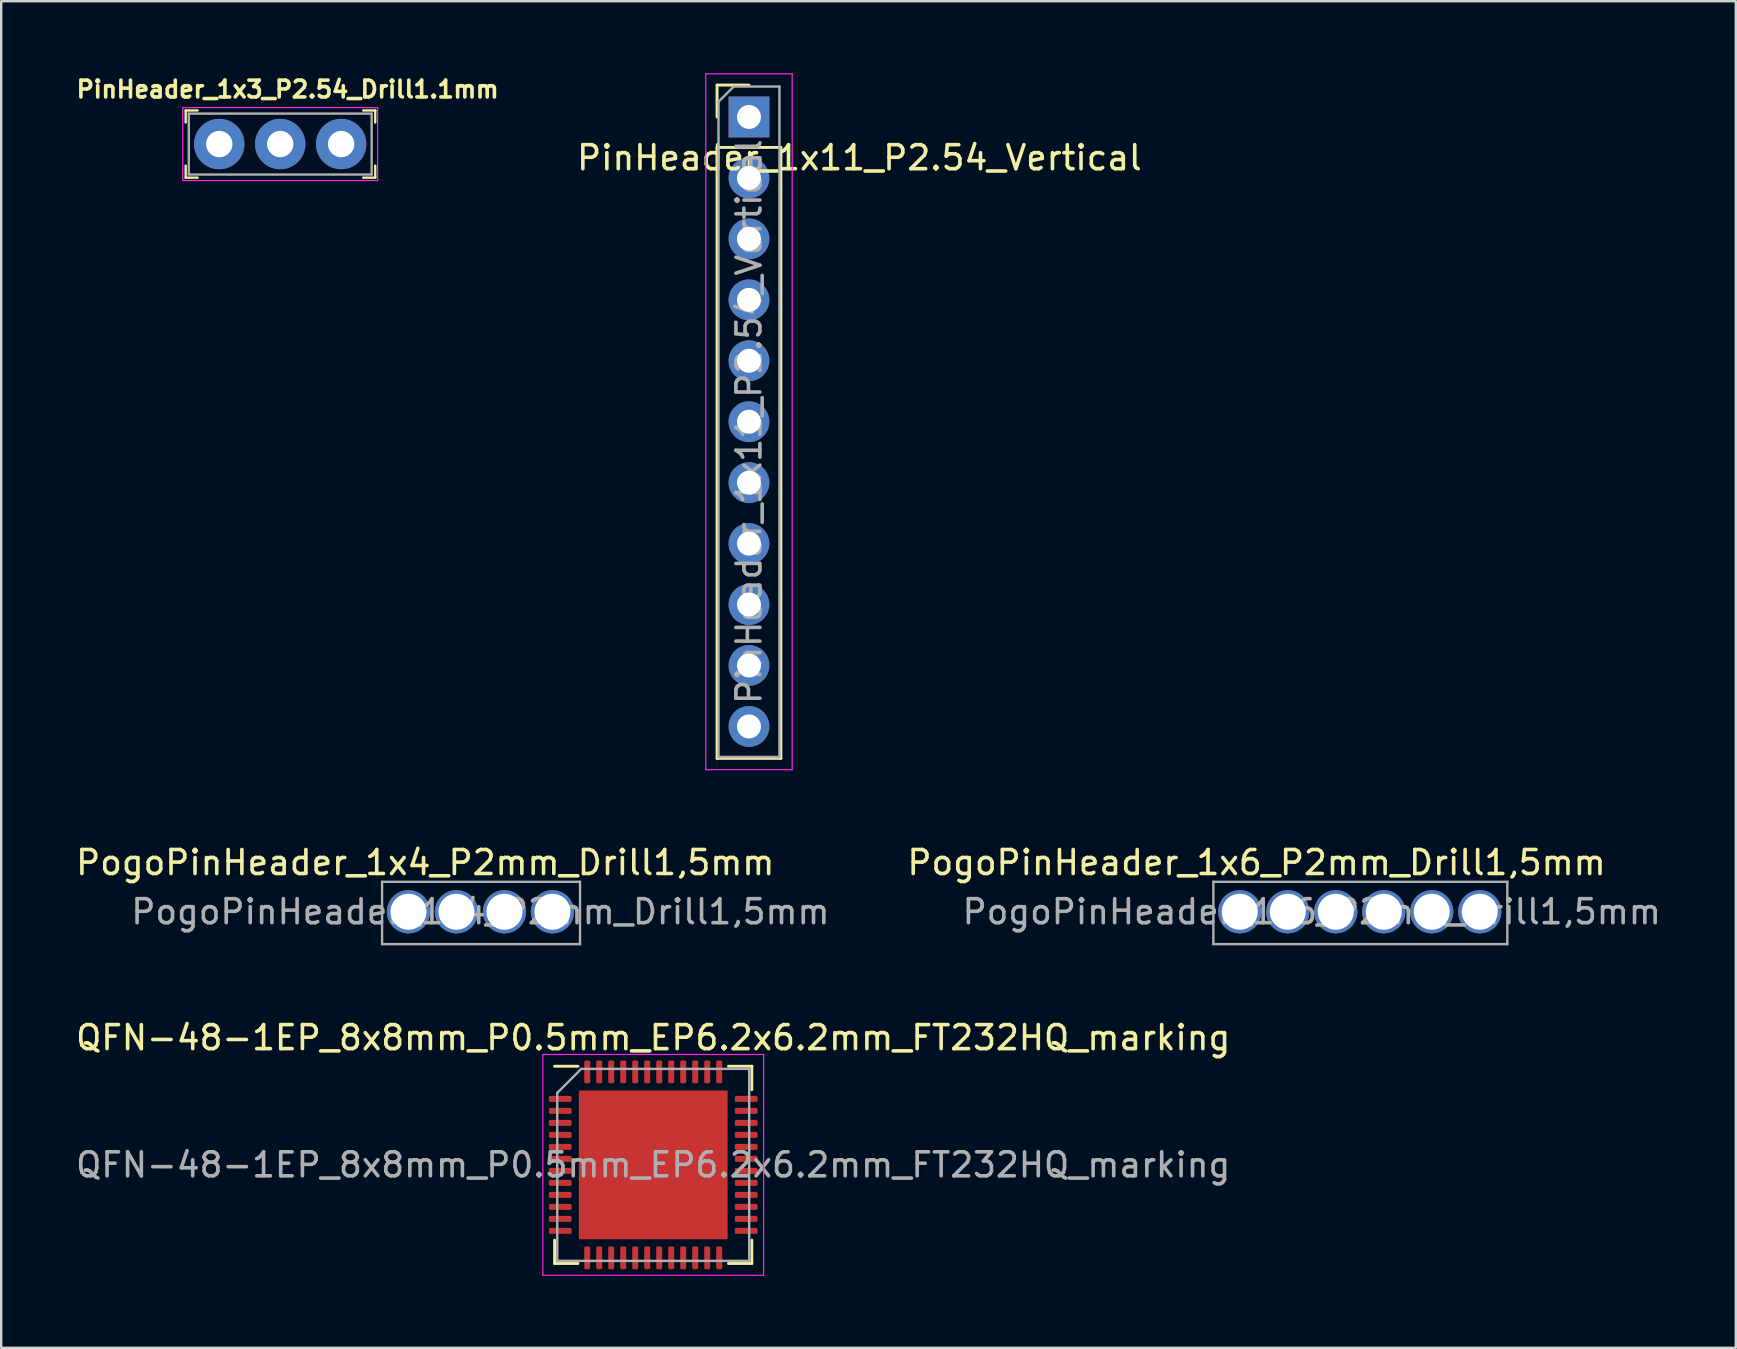
<source format=kicad_pcb>
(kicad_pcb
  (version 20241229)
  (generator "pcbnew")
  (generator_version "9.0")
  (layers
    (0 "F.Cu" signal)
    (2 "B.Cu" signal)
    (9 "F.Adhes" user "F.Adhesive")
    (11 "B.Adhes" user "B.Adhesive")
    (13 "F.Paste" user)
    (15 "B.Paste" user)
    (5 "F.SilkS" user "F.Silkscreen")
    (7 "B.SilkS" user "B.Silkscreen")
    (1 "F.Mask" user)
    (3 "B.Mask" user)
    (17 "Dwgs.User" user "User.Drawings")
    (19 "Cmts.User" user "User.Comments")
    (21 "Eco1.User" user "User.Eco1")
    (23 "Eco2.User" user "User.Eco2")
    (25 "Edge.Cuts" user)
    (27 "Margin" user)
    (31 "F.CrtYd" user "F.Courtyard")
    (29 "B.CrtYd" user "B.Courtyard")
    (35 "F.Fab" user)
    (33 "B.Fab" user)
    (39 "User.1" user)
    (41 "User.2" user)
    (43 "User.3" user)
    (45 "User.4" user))
  (footprint "QFN-48-1EP_8x8mm_P0.5mm_EP6.2x6.2mm_FT232HQ_marking"
    (layer "F.Cu")
    (at 24.173 45.496)
    (property "Reference" "QFN-48-1EP_8x8mm_P0.5mm_EP6.2x6.2mm_FT232HQ_marking" (at 0 -5.3 0) (layer "F.SilkS") (effects (font (size 1 1) (thickness 0.15))))
    (attr smd)
    (fp_line (start -4.11 4.11) (end -4.11 3.135) (stroke (width 0.12) (type solid)) (layer "F.SilkS"))
    (fp_line (start -3.135 -4.11) (end -4.11 -4.11) (stroke (width 0.12) (type solid)) (layer "F.SilkS"))
    (fp_line (start -3.135 4.11) (end -4.11 4.11) (stroke (width 0.12) (type solid)) (layer "F.SilkS"))
    (fp_line (start 3.135 -4.11) (end 4.11 -4.11) (stroke (width 0.12) (type solid)) (layer "F.SilkS"))
    (fp_line (start 3.135 4.11) (end 4.11 4.11) (stroke (width 0.12) (type solid)) (layer "F.SilkS"))
    (fp_line (start 4.11 -4.11) (end 4.11 -3.135) (stroke (width 0.12) (type solid)) (layer "F.SilkS"))
    (fp_line (start 4.11 4.11) (end 4.11 3.135) (stroke (width 0.12) (type solid)) (layer "F.SilkS"))
    (fp_line (start -4.6 -4.6) (end -4.6 4.6) (stroke (width 0.05) (type solid)) (layer "F.CrtYd"))
    (fp_line (start -4.6 4.6) (end 4.6 4.6) (stroke (width 0.05) (type solid)) (layer "F.CrtYd"))
    (fp_line (start 4.6 -4.6) (end -4.6 -4.6) (stroke (width 0.05) (type solid)) (layer "F.CrtYd"))
    (fp_line (start 4.6 4.6) (end 4.6 -4.6) (stroke (width 0.05) (type solid)) (layer "F.CrtYd"))
    (fp_line (start -4 -3) (end -3 -4) (stroke (width 0.1) (type solid)) (layer "F.Fab"))
    (fp_line (start -4 4) (end -4 -3) (stroke (width 0.1) (type solid)) (layer "F.Fab"))
    (fp_line (start -3 -4) (end 4 -4) (stroke (width 0.1) (type solid)) (layer "F.Fab"))
    (fp_line (start 4 -4) (end 4 4) (stroke (width 0.1) (type solid)) (layer "F.Fab"))
    (fp_line (start 4 4) (end -4 4) (stroke (width 0.1) (type solid)) (layer "F.Fab"))
    (fp_text user "${REFERENCE}" (at 0 0 0) (layer "F.Fab") (effects (font (size 1 1) (thickness 0.15))))
    (pad "" smd roundrect (at -2.48 -2.48) (size 1 1) (layers "F.Paste") (roundrect_rratio 0.25))
    (pad "" smd roundrect (at -2.48 -1.24) (size 1 1) (layers "F.Paste") (roundrect_rratio 0.25))
    (pad "" smd roundrect (at -2.48 0) (size 1 1) (layers "F.Paste") (roundrect_rratio 0.25))
    (pad "" smd roundrect (at -2.48 1.24) (size 1 1) (layers "F.Paste") (roundrect_rratio 0.25))
    (pad "" smd roundrect (at -2.48 2.48) (size 1 1) (layers "F.Paste") (roundrect_rratio 0.25))
    (pad "" smd roundrect (at -1.24 -2.48) (size 1 1) (layers "F.Paste") (roundrect_rratio 0.25))
    (pad "" smd roundrect (at -1.24 -1.24) (size 1 1) (layers "F.Paste") (roundrect_rratio 0.25))
    (pad "" smd roundrect (at -1.24 0) (size 1 1) (layers "F.Paste") (roundrect_rratio 0.25))
    (pad "" smd roundrect (at -1.24 1.24) (size 1 1) (layers "F.Paste") (roundrect_rratio 0.25))
    (pad "" smd roundrect (at -1.24 2.48) (size 1 1) (layers "F.Paste") (roundrect_rratio 0.25))
    (pad "" smd roundrect (at 0 -2.48) (size 1 1) (layers "F.Paste") (roundrect_rratio 0.25))
    (pad "" smd roundrect (at 0 -1.24) (size 1 1) (layers "F.Paste") (roundrect_rratio 0.25))
    (pad "" smd roundrect (at 0 0) (size 1 1) (layers "F.Paste") (roundrect_rratio 0.25))
    (pad "" smd roundrect (at 0 1.24) (size 1 1) (layers "F.Paste") (roundrect_rratio 0.25))
    (pad "" smd roundrect (at 0 2.48) (size 1 1) (layers "F.Paste") (roundrect_rratio 0.25))
    (pad "" smd roundrect (at 1.24 -2.48) (size 1 1) (layers "F.Paste") (roundrect_rratio 0.25))
    (pad "" smd roundrect (at 1.24 -1.24) (size 1 1) (layers "F.Paste") (roundrect_rratio 0.25))
    (pad "" smd roundrect (at 1.24 0) (size 1 1) (layers "F.Paste") (roundrect_rratio 0.25))
    (pad "" smd roundrect (at 1.24 1.24) (size 1 1) (layers "F.Paste") (roundrect_rratio 0.25))
    (pad "" smd roundrect (at 1.24 2.48) (size 1 1) (layers "F.Paste") (roundrect_rratio 0.25))
    (pad "" smd roundrect (at 2.48 -2.48) (size 1 1) (layers "F.Paste") (roundrect_rratio 0.25))
    (pad "" smd roundrect (at 2.48 -1.24) (size 1 1) (layers "F.Paste") (roundrect_rratio 0.25))
    (pad "" smd roundrect (at 2.48 0) (size 1 1) (layers "F.Paste") (roundrect_rratio 0.25))
    (pad "" smd roundrect (at 2.48 1.24) (size 1 1) (layers "F.Paste") (roundrect_rratio 0.25))
    (pad "" smd roundrect (at 2.48 2.48) (size 1 1) (layers "F.Paste") (roundrect_rratio 0.25))
    (pad "1" smd roundrect (at -3.875 -2.75) (size 0.95 0.25) (layers "F.Cu" "F.Mask" "F.Paste") (roundrect_rratio 0.25))
    (pad "2" smd roundrect (at -3.875 -2.25) (size 0.95 0.25) (layers "F.Cu" "F.Mask" "F.Paste") (roundrect_rratio 0.25))
    (pad "3" smd roundrect (at -3.875 -1.75) (size 0.95 0.25) (layers "F.Cu" "F.Mask" "F.Paste") (roundrect_rratio 0.25))
    (pad "4" smd roundrect (at -3.875 -1.25) (size 0.95 0.25) (layers "F.Cu" "F.Mask" "F.Paste") (roundrect_rratio 0.25))
    (pad "5" smd roundrect (at -3.875 -0.75) (size 0.95 0.25) (layers "F.Cu" "F.Mask" "F.Paste") (roundrect_rratio 0.25))
    (pad "6" smd roundrect (at -3.875 -0.25) (size 0.95 0.25) (layers "F.Cu" "F.Mask" "F.Paste") (roundrect_rratio 0.25))
    (pad "7" smd roundrect (at -3.875 0.25) (size 0.95 0.25) (layers "F.Cu" "F.Mask" "F.Paste") (roundrect_rratio 0.25))
    (pad "8" smd roundrect (at -3.875 0.75) (size 0.95 0.25) (layers "F.Cu" "F.Mask" "F.Paste") (roundrect_rratio 0.25))
    (pad "9" smd roundrect (at -3.875 1.25) (size 0.95 0.25) (layers "F.Cu" "F.Mask" "F.Paste") (roundrect_rratio 0.25))
    (pad "10" smd roundrect (at -3.875 1.75) (size 0.95 0.25) (layers "F.Cu" "F.Mask" "F.Paste") (roundrect_rratio 0.25))
    (pad "11" smd roundrect (at -3.875 2.25) (size 0.95 0.25) (layers "F.Cu" "F.Mask" "F.Paste") (roundrect_rratio 0.25))
    (pad "12" smd roundrect (at -3.875 2.75) (size 0.95 0.25) (layers "F.Cu" "F.Mask" "F.Paste") (roundrect_rratio 0.25))
    (pad "13" smd roundrect (at -2.75 3.875) (size 0.25 0.95) (layers "F.Cu" "F.Mask" "F.Paste") (roundrect_rratio 0.25))
    (pad "14" smd roundrect (at -2.25 3.875) (size 0.25 0.95) (layers "F.Cu" "F.Mask" "F.Paste") (roundrect_rratio 0.25))
    (pad "15" smd roundrect (at -1.75 3.875) (size 0.25 0.95) (layers "F.Cu" "F.Mask" "F.Paste") (roundrect_rratio 0.25))
    (pad "16" smd roundrect (at -1.25 3.875) (size 0.25 0.95) (layers "F.Cu" "F.Mask" "F.Paste") (roundrect_rratio 0.25))
    (pad "17" smd roundrect (at -0.75 3.875) (size 0.25 0.95) (layers "F.Cu" "F.Mask" "F.Paste") (roundrect_rratio 0.25))
    (pad "18" smd roundrect (at -0.25 3.875) (size 0.25 0.95) (layers "F.Cu" "F.Mask" "F.Paste") (roundrect_rratio 0.25))
    (pad "19" smd roundrect (at 0.25 3.875) (size 0.25 0.95) (layers "F.Cu" "F.Mask" "F.Paste") (roundrect_rratio 0.25))
    (pad "20" smd roundrect (at 0.75 3.875) (size 0.25 0.95) (layers "F.Cu" "F.Mask" "F.Paste") (roundrect_rratio 0.25))
    (pad "21" smd roundrect (at 1.25 3.875) (size 0.25 0.95) (layers "F.Cu" "F.Mask" "F.Paste") (roundrect_rratio 0.25))
    (pad "22" smd roundrect (at 1.75 3.875) (size 0.25 0.95) (layers "F.Cu" "F.Mask" "F.Paste") (roundrect_rratio 0.25))
    (pad "23" smd roundrect (at 2.25 3.875) (size 0.25 0.95) (layers "F.Cu" "F.Mask" "F.Paste") (roundrect_rratio 0.25))
    (pad "24" smd roundrect (at 2.75 3.875) (size 0.25 0.95) (layers "F.Cu" "F.Mask" "F.Paste") (roundrect_rratio 0.25))
    (pad "25" smd roundrect (at 3.875 2.75) (size 0.95 0.25) (layers "F.Cu" "F.Mask" "F.Paste") (roundrect_rratio 0.25))
    (pad "26" smd roundrect (at 3.875 2.25) (size 0.95 0.25) (layers "F.Cu" "F.Mask" "F.Paste") (roundrect_rratio 0.25))
    (pad "27" smd roundrect (at 3.875 1.75) (size 0.95 0.25) (layers "F.Cu" "F.Mask" "F.Paste") (roundrect_rratio 0.25))
    (pad "28" smd roundrect (at 3.875 1.25) (size 0.95 0.25) (layers "F.Cu" "F.Mask" "F.Paste") (roundrect_rratio 0.25))
    (pad "29" smd roundrect (at 3.875 0.75) (size 0.95 0.25) (layers "F.Cu" "F.Mask" "F.Paste") (roundrect_rratio 0.25))
    (pad "30" smd roundrect (at 3.875 0.25) (size 0.95 0.25) (layers "F.Cu" "F.Mask" "F.Paste") (roundrect_rratio 0.25))
    (pad "31" smd roundrect (at 3.875 -0.25) (size 0.95 0.25) (layers "F.Cu" "F.Mask" "F.Paste") (roundrect_rratio 0.25))
    (pad "32" smd roundrect (at 3.875 -0.75) (size 0.95 0.25) (layers "F.Cu" "F.Mask" "F.Paste") (roundrect_rratio 0.25))
    (pad "33" smd roundrect (at 3.875 -1.25) (size 0.95 0.25) (layers "F.Cu" "F.Mask" "F.Paste") (roundrect_rratio 0.25))
    (pad "34" smd roundrect (at 3.875 -1.75) (size 0.95 0.25) (layers "F.Cu" "F.Mask" "F.Paste") (roundrect_rratio 0.25))
    (pad "35" smd roundrect (at 3.875 -2.25) (size 0.95 0.25) (layers "F.Cu" "F.Mask" "F.Paste") (roundrect_rratio 0.25))
    (pad "36" smd roundrect (at 3.875 -2.75) (size 0.95 0.25) (layers "F.Cu" "F.Mask" "F.Paste") (roundrect_rratio 0.25))
    (pad "37" smd roundrect (at 2.75 -3.875) (size 0.25 0.95) (layers "F.Cu" "F.Mask" "F.Paste") (roundrect_rratio 0.25))
    (pad "38" smd roundrect (at 2.25 -3.875) (size 0.25 0.95) (layers "F.Cu" "F.Mask" "F.Paste") (roundrect_rratio 0.25))
    (pad "39" smd roundrect (at 1.75 -3.875) (size 0.25 0.95) (layers "F.Cu" "F.Mask" "F.Paste") (roundrect_rratio 0.25))
    (pad "40" smd roundrect (at 1.25 -3.875) (size 0.25 0.95) (layers "F.Cu" "F.Mask" "F.Paste") (roundrect_rratio 0.25))
    (pad "41" smd roundrect (at 0.75 -3.875) (size 0.25 0.95) (layers "F.Cu" "F.Mask" "F.Paste") (roundrect_rratio 0.25))
    (pad "42" smd roundrect (at 0.25 -3.875) (size 0.25 0.95) (layers "F.Cu" "F.Mask" "F.Paste") (roundrect_rratio 0.25))
    (pad "43" smd roundrect (at -0.25 -3.875) (size 0.25 0.95) (layers "F.Cu" "F.Mask" "F.Paste") (roundrect_rratio 0.25))
    (pad "44" smd roundrect (at -0.75 -3.875) (size 0.25 0.95) (layers "F.Cu" "F.Mask" "F.Paste") (roundrect_rratio 0.25))
    (pad "45" smd roundrect (at -1.25 -3.875) (size 0.25 0.95) (layers "F.Cu" "F.Mask" "F.Paste") (roundrect_rratio 0.25))
    (pad "46" smd roundrect (at -1.75 -3.875) (size 0.25 0.95) (layers "F.Cu" "F.Mask" "F.Paste") (roundrect_rratio 0.25))
    (pad "47" smd roundrect (at -2.25 -3.875) (size 0.25 0.95) (layers "F.Cu" "F.Mask" "F.Paste") (roundrect_rratio 0.25))
    (pad "48" smd roundrect (at -2.75 -3.875) (size 0.25 0.95) (layers "F.Cu" "F.Mask" "F.Paste") (roundrect_rratio 0.25))
    (pad "49" smd rect (at 0 0) (size 6.2 6.2) (layers "F.Cu" "F.Mask")))
  (footprint "PinHeader_1x11_P2.54_Vertical"
    (layer "F.Cu")
    (at 28.164 1.825)
    (property "Reference" "PinHeader_1x11_P2.54_Vertical" (at 4.6 1.7 0) (unlocked yes) (layer "F.SilkS") (effects (font (size 1 1) (thickness 0.15))))
    (attr through_hole)
    (fp_line (start -1.33 -1.33) (end 0 -1.33) (stroke (width 0.12) (type solid)) (layer "F.SilkS"))
    (fp_line (start -1.33 0) (end -1.33 -1.33) (stroke (width 0.12) (type solid)) (layer "F.SilkS"))
    (fp_line (start -1.33 1.27) (end -1.33 26.73) (stroke (width 0.12) (type solid)) (layer "F.SilkS"))
    (fp_line (start -1.33 1.27) (end 1.33 1.27) (stroke (width 0.12) (type solid)) (layer "F.SilkS"))
    (fp_line (start -1.33 26.73) (end 1.33 26.73) (stroke (width 0.12) (type solid)) (layer "F.SilkS"))
    (fp_line (start 1.33 1.27) (end 1.33 26.73) (stroke (width 0.12) (type solid)) (layer "F.SilkS"))
    (fp_line (start -1.8 -1.8) (end -1.8 27.2) (stroke (width 0.05) (type solid)) (layer "F.CrtYd"))
    (fp_line (start -1.8 27.2) (end 1.8 27.2) (stroke (width 0.05) (type solid)) (layer "F.CrtYd"))
    (fp_line (start 1.8 -1.8) (end -1.8 -1.8) (stroke (width 0.05) (type solid)) (layer "F.CrtYd"))
    (fp_line (start 1.8 27.2) (end 1.8 -1.8) (stroke (width 0.05) (type solid)) (layer "F.CrtYd"))
    (fp_line (start -1.27 -0.635) (end -0.635 -1.27) (stroke (width 0.1) (type solid)) (layer "F.Fab"))
    (fp_line (start -1.27 26.67) (end -1.27 -0.635) (stroke (width 0.1) (type solid)) (layer "F.Fab"))
    (fp_line (start -0.635 -1.27) (end 1.27 -1.27) (stroke (width 0.1) (type solid)) (layer "F.Fab"))
    (fp_line (start 1.27 -1.27) (end 1.27 26.67) (stroke (width 0.1) (type solid)) (layer "F.Fab"))
    (fp_line (start 1.27 26.67) (end -1.27 26.67) (stroke (width 0.1) (type solid)) (layer "F.Fab"))
    (fp_text user "${REFERENCE}" (at 0 12.7 270) (layer "F.Fab") (effects (font (size 1 1) (thickness 0.15))))
    (pad "1" thru_hole rect (at 0 0) (size 1.7 1.7) (drill 1) (layers "*.Cu" "*.Mask"))
    (pad "2" thru_hole oval (at 0 2.54) (size 1.7 1.7) (drill 1) (layers "*.Cu" "*.Mask"))
    (pad "3" thru_hole oval (at 0 5.08) (size 1.7 1.7) (drill 1) (layers "*.Cu" "*.Mask"))
    (pad "4" thru_hole oval (at 0 7.62) (size 1.7 1.7) (drill 1) (layers "*.Cu" "*.Mask"))
    (pad "5" thru_hole oval (at 0 10.16) (size 1.7 1.7) (drill 1) (layers "*.Cu" "*.Mask"))
    (pad "6" thru_hole oval (at 0 12.7) (size 1.7 1.7) (drill 1) (layers "*.Cu" "*.Mask"))
    (pad "7" thru_hole oval (at 0 15.24) (size 1.7 1.7) (drill 1) (layers "*.Cu" "*.Mask"))
    (pad "8" thru_hole oval (at 0 17.78) (size 1.7 1.7) (drill 1) (layers "*.Cu" "*.Mask"))
    (pad "9" thru_hole oval (at 0 20.32) (size 1.7 1.7) (drill 1) (layers "*.Cu" "*.Mask"))
    (pad "10" thru_hole oval (at 0 22.86) (size 1.7 1.7) (drill 1) (layers "*.Cu" "*.Mask"))
    (pad "11" thru_hole oval (at 0 25.4) (size 1.7 1.7) (drill 1) (layers "*.Cu" "*.Mask")))
  (footprint "PogoPinHeader_1x6_P2mm_Drill1,5mm"
    (layer "F.Cu")
    (at 48.618 34.948)
    (property "Reference" "PogoPinHeader_1x6_P2mm_Drill1,5mm" (at 0.7 -2.05 0) (layer "F.SilkS") (effects (font (size 1 1) (thickness 0.15))))
    (attr through_hole)
    (fp_line (start -1.1 -1.25) (end -1.1 1.35) (stroke (width 0.1) (type solid)) (layer "F.Fab"))
    (fp_line (start -1.1 -1.25) (end 11.15 -1.25) (stroke (width 0.1) (type solid)) (layer "F.Fab"))
    (fp_line (start -1.1 1.35) (end 11.15 1.35) (stroke (width 0.1) (type solid)) (layer "F.Fab"))
    (fp_line (start 11.15 -1.25) (end 11.15 1.35) (stroke (width 0.1) (type solid)) (layer "F.Fab"))
    (fp_text user "${REFERENCE}" (at 3 0 0) (layer "F.Fab") (effects (font (size 1 1) (thickness 0.15))))
    (pad "1" thru_hole circle (at 0 0) (size 1.8 1.8) (drill 1.5) (layers "*.Cu" "*.Mask"))
    (pad "2" thru_hole circle (at 2 0) (size 1.8 1.8) (drill 1.5) (layers "*.Cu" "*.Mask"))
    (pad "3" thru_hole circle (at 4 0) (size 1.8 1.8) (drill 1.5) (layers "*.Cu" "*.Mask"))
    (pad "4" thru_hole circle (at 6 0) (size 1.8 1.8) (drill 1.5) (layers "*.Cu" "*.Mask"))
    (pad "5" thru_hole circle (at 8 0) (size 1.8 1.8) (drill 1.5) (layers "*.Cu" "*.Mask"))
    (pad "6" thru_hole circle (at 10 0) (size 1.8 1.8) (drill 1.5) (layers "*.Cu" "*.Mask")))
  (footprint "PinHeader_1x3_P2.54_Drill1.1mm"
    (layer "F.Cu")
    (at 6.088 2.953)
    (property "Reference" "PinHeader_1x3_P2.54_Drill1.1mm" (at 2.85 -2.28 0) (layer "F.SilkS") (effects (font (size 0.7 0.7) (thickness 0.15))))
    (attr through_hole)
    (fp_line (start -1.4 -1.4) (end -1.4 -0.9) (stroke (width 0.1) (type solid)) (layer "F.SilkS"))
    (fp_line (start -1.4 -1.4) (end -0.9 -1.4) (stroke (width 0.1) (type solid)) (layer "F.SilkS"))
    (fp_line (start -1.4 1.4) (end -1.4 0.9) (stroke (width 0.1) (type solid)) (layer "F.SilkS"))
    (fp_line (start -1.4 1.4) (end -0.9 1.4) (stroke (width 0.1) (type solid)) (layer "F.SilkS"))
    (fp_line (start 6.5 -1.4) (end 6 -1.4) (stroke (width 0.1) (type solid)) (layer "F.SilkS"))
    (fp_line (start 6.5 -1.4) (end 6.5 -0.9) (stroke (width 0.1) (type solid)) (layer "F.SilkS"))
    (fp_line (start 6.5 1.4) (end 6 1.4) (stroke (width 0.1) (type solid)) (layer "F.SilkS"))
    (fp_line (start 6.5 1.4) (end 6.5 0.9) (stroke (width 0.1) (type solid)) (layer "F.SilkS"))
    (fp_line (start -1.52 -1.52) (end -1.52 1.52) (stroke (width 0.05) (type solid)) (layer "F.CrtYd"))
    (fp_line (start -1.52 -1.52) (end 6.6 -1.52) (stroke (width 0.05) (type solid)) (layer "F.CrtYd"))
    (fp_line (start -1.52 1.52) (end 6.6 1.52) (stroke (width 0.05) (type solid)) (layer "F.CrtYd"))
    (fp_line (start 6.6 -1.52) (end 6.6 1.52) (stroke (width 0.05) (type solid)) (layer "F.CrtYd"))
    (fp_line (start -1.27 -1.27) (end -1.27 1.27) (stroke (width 0.1) (type solid)) (layer "F.Fab"))
    (fp_line (start -1.27 -1.27) (end 6.35 -1.27) (stroke (width 0.1) (type solid)) (layer "F.Fab"))
    (fp_line (start -1.27 1.27) (end 6.35 1.27) (stroke (width 0.1) (type solid)) (layer "F.Fab"))
    (fp_line (start 6.35 -1.27) (end 6.35 1.27) (stroke (width 0.1) (type solid)) (layer "F.Fab"))
    (pad "1" thru_hole circle (at 0 0) (size 2.1 2.1) (drill 1.1) (layers "*.Cu" "*.Mask"))
    (pad "2" thru_hole circle (at 2.54 0) (size 2.1 2.1) (drill 1.1) (layers "*.Cu" "*.Mask"))
    (pad "3" thru_hole circle (at 5.08 0) (size 2.1 2.1) (drill 1.1) (layers "*.Cu" "*.Mask")))
  (footprint "PogoPinHeader_1x4_P2mm_Drill1,5mm"
    (layer "F.Cu")
    (at 13.973 34.948)
    (property "Reference" "PogoPinHeader_1x4_P2mm_Drill1,5mm" (at 0.7 -2.05 0) (layer "F.SilkS") (effects (font (size 1 1) (thickness 0.15))))
    (attr through_hole)
    (fp_line (start -1.1 -1.25) (end -1.1 1.35) (stroke (width 0.1) (type solid)) (layer "F.Fab"))
    (fp_line (start -1.1 -1.25) (end 7.15 -1.25) (stroke (width 0.1) (type solid)) (layer "F.Fab"))
    (fp_line (start -1.1 1.35) (end 7.15 1.35) (stroke (width 0.1) (type solid)) (layer "F.Fab"))
    (fp_line (start 7.15 -1.25) (end 7.15 1.35) (stroke (width 0.1) (type solid)) (layer "F.Fab"))
    (fp_text user "${REFERENCE}" (at 3 0 0) (layer "F.Fab") (effects (font (size 1 1) (thickness 0.15))))
    (pad "1" thru_hole circle (at 0 0) (size 1.8 1.8) (drill 1.5) (layers "*.Cu" "*.Mask"))
    (pad "2" thru_hole circle (at 2 0) (size 1.8 1.8) (drill 1.5) (layers "*.Cu" "*.Mask"))
    (pad "3" thru_hole circle (at 4 0) (size 1.8 1.8) (drill 1.5) (layers "*.Cu" "*.Mask"))
    (pad "4" thru_hole circle (at 6 0) (size 1.8 1.8) (drill 1.5) (layers "*.Cu" "*.Mask")))
  (gr_rect
    (start -3 -3)
    (end 69.29 53.121)
    (stroke (width 0.1) (type default))
    (fill no)
    (layer "Edge.Cuts")))
</source>
